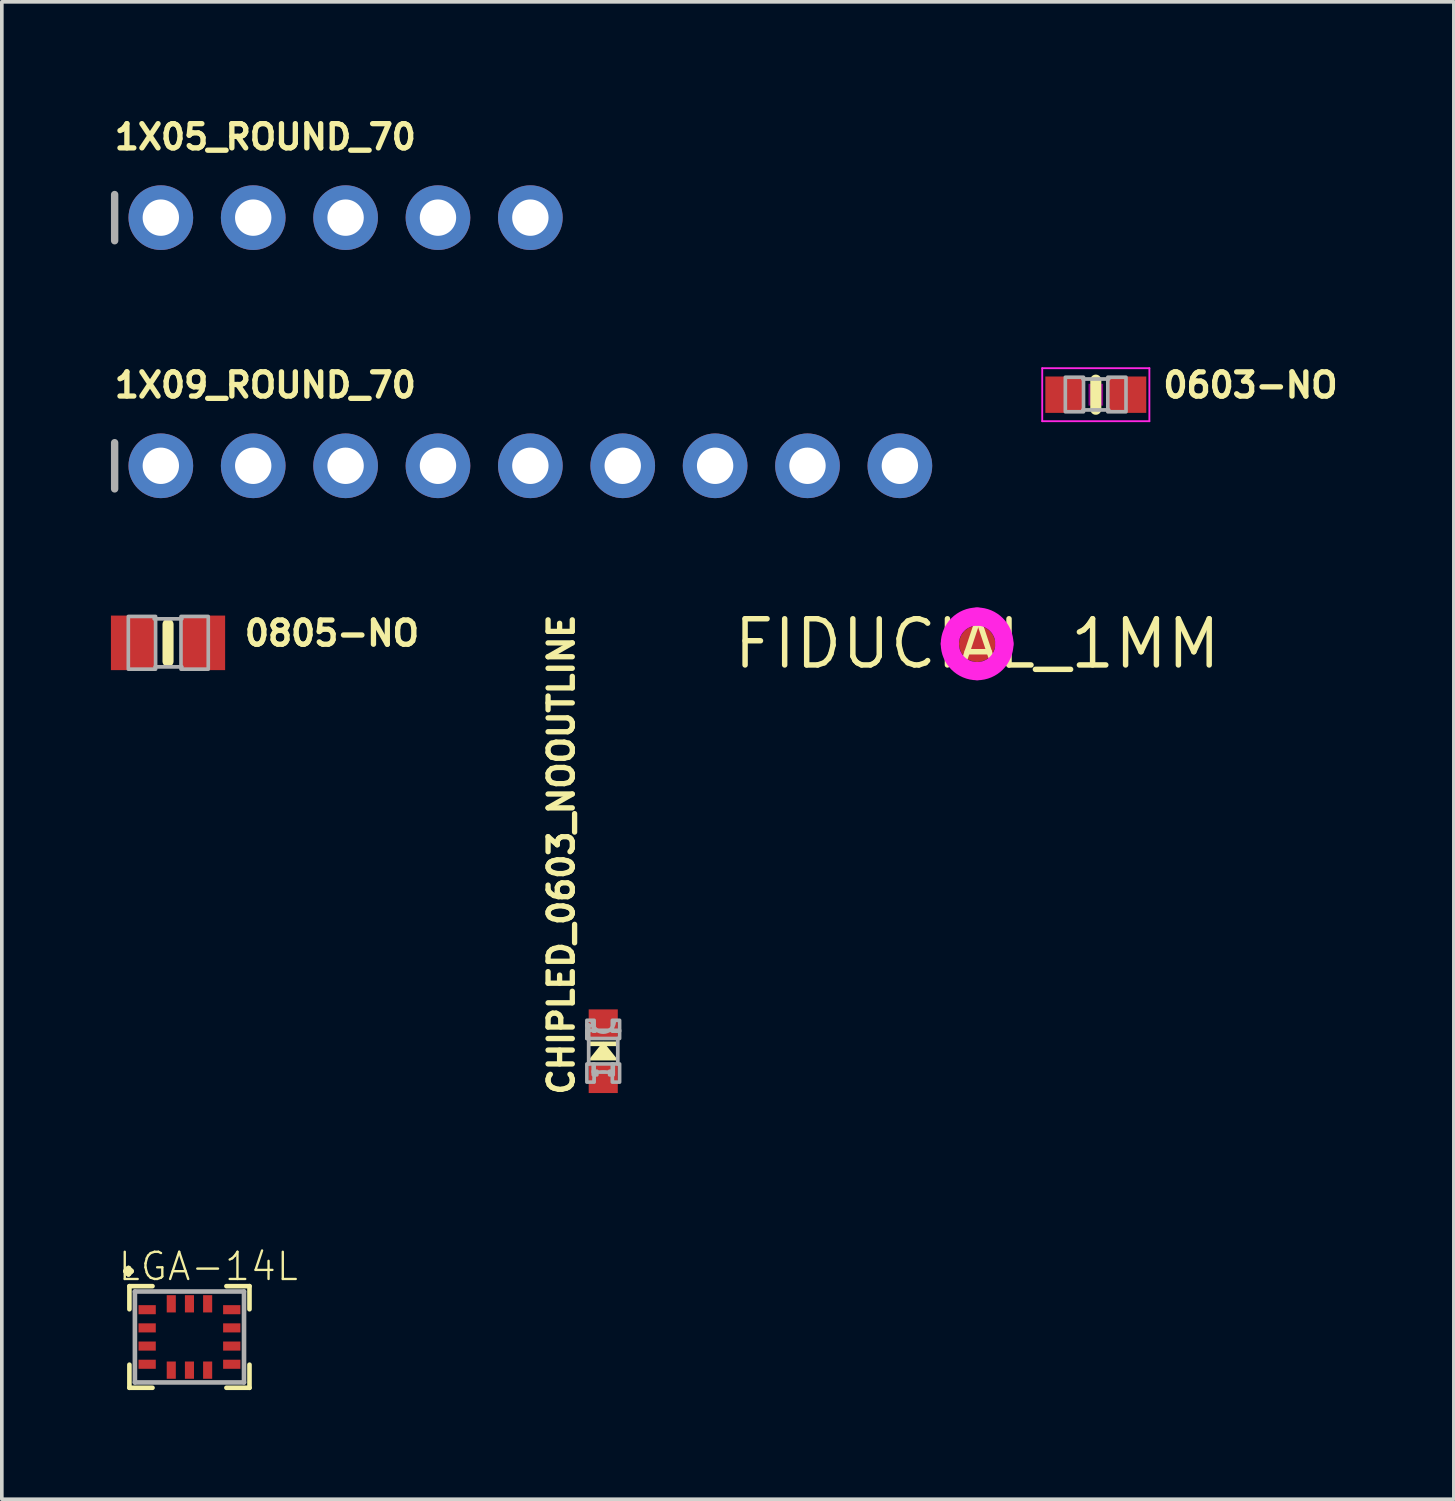
<source format=kicad_pcb>
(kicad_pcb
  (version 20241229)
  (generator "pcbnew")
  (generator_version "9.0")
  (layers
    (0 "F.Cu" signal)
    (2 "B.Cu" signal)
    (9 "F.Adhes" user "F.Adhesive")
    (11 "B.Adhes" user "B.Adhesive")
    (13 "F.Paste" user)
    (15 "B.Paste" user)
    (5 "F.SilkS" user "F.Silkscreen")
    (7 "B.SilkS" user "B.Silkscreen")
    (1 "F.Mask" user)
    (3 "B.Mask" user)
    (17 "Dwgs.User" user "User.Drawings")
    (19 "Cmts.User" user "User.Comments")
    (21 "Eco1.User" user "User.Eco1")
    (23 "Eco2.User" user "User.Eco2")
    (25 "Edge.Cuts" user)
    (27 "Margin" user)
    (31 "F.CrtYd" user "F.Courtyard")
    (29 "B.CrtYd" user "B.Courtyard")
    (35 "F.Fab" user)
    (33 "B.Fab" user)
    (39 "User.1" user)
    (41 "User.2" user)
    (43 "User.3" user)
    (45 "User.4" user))
  (footprint "0603-NO"
    (layer "F.Cu")
    (at 27.079 7.802)
    (property "Reference" "0603-NO" (at 1.778 0.127 0) (layer "F.SilkS") (effects (font (size 0.666 0.666) (thickness 0.146)) (justify left bottom)))
    (fp_line (start 0 -0.4) (end 0 0.4) (stroke (width 0.305) (type solid)) (layer "F.SilkS"))
    (fp_poly (pts (xy -0.2 0.3) (xy 0.2 0.3) (xy 0.2 -0.3) (xy -0.2 -0.3)) (stroke (width 0) (type solid)) (fill yes) (layer "F.Adhes"))
    (fp_line (start -1.473 -0.729) (end 1.473 -0.729) (stroke (width 0.051) (type solid)) (layer "F.CrtYd"))
    (fp_line (start -1.473 0.729) (end -1.473 -0.729) (stroke (width 0.051) (type solid)) (layer "F.CrtYd"))
    (fp_line (start 1.473 -0.729) (end 1.473 0.729) (stroke (width 0.051) (type solid)) (layer "F.CrtYd"))
    (fp_line (start 1.473 0.729) (end -1.473 0.729) (stroke (width 0.051) (type solid)) (layer "F.CrtYd"))
    (fp_line (start -0.356 -0.432) (end 0.356 -0.432) (stroke (width 0.102) (type solid)) (layer "F.Fab"))
    (fp_line (start -0.356 0.419) (end 0.356 0.419) (stroke (width 0.102) (type solid)) (layer "F.Fab"))
    (fp_poly (pts (xy -0.838 0.47) (xy -0.338 0.47) (xy -0.338 -0.48) (xy -0.838 -0.48)) (stroke (width 0.1) (type solid)) (fill no) (layer "F.Fab"))
    (fp_poly (pts (xy 0.33 0.47) (xy 0.83 0.47) (xy 0.83 -0.48) (xy 0.33 -0.48)) (stroke (width 0.1) (type solid)) (fill no) (layer "F.Fab"))
    (pad "1" smd rect (at -0.85 0) (size 1.075 1) (layers "F.Cu" "F.Mask" "F.Paste"))
    (pad "2" smd rect (at 0.85 0) (size 1.075 1) (layers "F.Cu" "F.Mask" "F.Paste")))
  (footprint "LGA-14L"
    (layer "F.Cu")
    (at 2.159 33.71)
    (property "Reference" "LGA-14L" (at -2 -1.5 0) (layer "F.SilkS") (effects (font (size 0.748 0.748) (thickness 0.065)) (justify left bottom)))
    (fp_line (start -1.651 -1.397) (end -1.651 -0.762) (stroke (width 0.127) (type solid)) (layer "F.SilkS"))
    (fp_line (start -1.651 0.762) (end -1.651 1.397) (stroke (width 0.127) (type solid)) (layer "F.SilkS"))
    (fp_line (start -1.651 1.397) (end -1.016 1.397) (stroke (width 0.127) (type solid)) (layer "F.SilkS"))
    (fp_line (start -1.016 -1.397) (end -1.651 -1.397) (stroke (width 0.127) (type solid)) (layer "F.SilkS"))
    (fp_line (start 1.016 -1.397) (end 1.651 -1.397) (stroke (width 0.127) (type solid)) (layer "F.SilkS"))
    (fp_line (start 1.016 1.397) (end 1.651 1.397) (stroke (width 0.127) (type solid)) (layer "F.SilkS"))
    (fp_line (start 1.651 -1.397) (end 1.651 -0.762) (stroke (width 0.127) (type solid)) (layer "F.SilkS"))
    (fp_line (start 1.651 1.397) (end 1.651 0.762) (stroke (width 0.127) (type solid)) (layer "F.SilkS"))
    (fp_line (start -1.5 -1.25) (end 1.5 -1.25) (stroke (width 0.127) (type solid)) (layer "F.Fab"))
    (fp_line (start -1.5 1.25) (end -1.5 -1.25) (stroke (width 0.127) (type solid)) (layer "F.Fab"))
    (fp_line (start 1.5 -1.25) (end 1.5 1.25) (stroke (width 0.127) (type solid)) (layer "F.Fab"))
    (fp_line (start 1.5 1.25) (end -1.5 1.25) (stroke (width 0.127) (type solid)) (layer "F.Fab"))
    (fp_text user "." (at -2.159 -1.524 0) (layer "F.SilkS") (effects (font (size 1.636 1.636) (thickness 0.142)) (justify left bottom)))
    (pad "1" smd rect (at -1.163 -0.75) (size 0.475 0.25) (layers "F.Cu" "F.Mask" "F.Paste"))
    (pad "2" smd rect (at -1.163 -0.25) (size 0.475 0.25) (layers "F.Cu" "F.Mask" "F.Paste"))
    (pad "3" smd rect (at -1.163 0.25) (size 0.475 0.25) (layers "F.Cu" "F.Mask" "F.Paste"))
    (pad "4" smd rect (at -1.163 0.75) (size 0.475 0.25) (layers "F.Cu" "F.Mask" "F.Paste"))
    (pad "5" smd rect (at -0.5 0.912 90) (size 0.475 0.25) (layers "F.Cu" "F.Mask" "F.Paste"))
    (pad "6" smd rect (at 0 0.912 90) (size 0.475 0.25) (layers "F.Cu" "F.Mask" "F.Paste"))
    (pad "7" smd rect (at 0.5 0.912 90) (size 0.475 0.25) (layers "F.Cu" "F.Mask" "F.Paste"))
    (pad "8" smd rect (at 1.163 0.75 180) (size 0.475 0.25) (layers "F.Cu" "F.Mask" "F.Paste"))
    (pad "9" smd rect (at 1.163 0.25 180) (size 0.475 0.25) (layers "F.Cu" "F.Mask" "F.Paste"))
    (pad "10" smd rect (at 1.163 -0.25 180) (size 0.475 0.25) (layers "F.Cu" "F.Mask" "F.Paste"))
    (pad "11" smd rect (at 1.163 -0.75 180) (size 0.475 0.25) (layers "F.Cu" "F.Mask" "F.Paste"))
    (pad "12" smd rect (at 0.5 -0.912 270) (size 0.475 0.25) (layers "F.Cu" "F.Mask" "F.Paste"))
    (pad "13" smd rect (at 0 -0.912 270) (size 0.475 0.25) (layers "F.Cu" "F.Mask" "F.Paste"))
    (pad "14" smd rect (at -0.5 -0.912 270) (size 0.475 0.25) (layers "F.Cu" "F.Mask" "F.Paste")))
  (footprint "1X09_ROUND_70"
    (layer "F.Cu")
    (at 11.532 9.757)
    (property "Reference" "1X09_ROUND_70" (at -11.506 -1.829 0) (layer "F.SilkS") (effects (font (size 0.666 0.666) (thickness 0.146)) (justify left bottom)))
    (fp_line (start -11.43 -0.635) (end -11.43 0.635) (stroke (width 0.203) (type solid)) (layer "F.Fab"))
    (fp_poly (pts (xy -10.414 0.254) (xy -9.906 0.254) (xy -9.906 -0.254) (xy -10.414 -0.254)) (stroke (width 0.1) (type solid)) (fill no) (layer "F.Fab"))
    (fp_poly (pts (xy -7.874 0.254) (xy -7.366 0.254) (xy -7.366 -0.254) (xy -7.874 -0.254)) (stroke (width 0.1) (type solid)) (fill no) (layer "F.Fab"))
    (fp_poly (pts (xy -5.334 0.254) (xy -4.826 0.254) (xy -4.826 -0.254) (xy -5.334 -0.254)) (stroke (width 0.1) (type solid)) (fill no) (layer "F.Fab"))
    (fp_poly (pts (xy -2.794 0.254) (xy -2.286 0.254) (xy -2.286 -0.254) (xy -2.794 -0.254)) (stroke (width 0.1) (type solid)) (fill no) (layer "F.Fab"))
    (fp_poly (pts (xy -0.254 0.254) (xy 0.254 0.254) (xy 0.254 -0.254) (xy -0.254 -0.254)) (stroke (width 0.1) (type solid)) (fill no) (layer "F.Fab"))
    (fp_poly (pts (xy 2.286 0.254) (xy 2.794 0.254) (xy 2.794 -0.254) (xy 2.286 -0.254)) (stroke (width 0.1) (type solid)) (fill no) (layer "F.Fab"))
    (fp_poly (pts (xy 4.826 0.254) (xy 5.334 0.254) (xy 5.334 -0.254) (xy 4.826 -0.254)) (stroke (width 0.1) (type solid)) (fill no) (layer "F.Fab"))
    (fp_poly (pts (xy 7.366 0.254) (xy 7.874 0.254) (xy 7.874 -0.254) (xy 7.366 -0.254)) (stroke (width 0.1) (type solid)) (fill no) (layer "F.Fab"))
    (fp_poly (pts (xy 9.906 0.254) (xy 10.414 0.254) (xy 10.414 -0.254) (xy 9.906 -0.254)) (stroke (width 0.1) (type solid)) (fill no) (layer "F.Fab"))
    (pad "1" thru_hole circle (at -10.16 0 90) (size 1.778 1.778) (drill 1) (layers "*.Cu" "*.Mask"))
    (pad "2" thru_hole circle (at -7.62 0 90) (size 1.778 1.778) (drill 1) (layers "*.Cu" "*.Mask"))
    (pad "3" thru_hole circle (at -5.08 0 90) (size 1.778 1.778) (drill 1) (layers "*.Cu" "*.Mask"))
    (pad "4" thru_hole circle (at -2.54 0 90) (size 1.778 1.778) (drill 1) (layers "*.Cu" "*.Mask"))
    (pad "5" thru_hole circle (at 0 0 90) (size 1.778 1.778) (drill 1) (layers "*.Cu" "*.Mask"))
    (pad "6" thru_hole circle (at 2.54 0 90) (size 1.778 1.778) (drill 1) (layers "*.Cu" "*.Mask"))
    (pad "7" thru_hole circle (at 5.08 0 90) (size 1.778 1.778) (drill 1) (layers "*.Cu" "*.Mask"))
    (pad "8" thru_hole circle (at 7.62 0 90) (size 1.778 1.778) (drill 1) (layers "*.Cu" "*.Mask"))
    (pad "9" thru_hole circle (at 10.16 0 90) (size 1.778 1.778) (drill 1) (layers "*.Cu" "*.Mask")))
  (footprint "CHIPLED_0603_NOOUTLINE"
    (layer "F.Cu")
    (at 13.536 25.853)
    (property "Reference" "CHIPLED_0603_NOOUTLINE" (at -0.762 1.27 90) (layer "F.SilkS") (effects (font (size 0.666 0.666) (thickness 0.146)) (justify left bottom)))
    (fp_poly (pts (xy 0.413 0.254) (xy -0.413 0.254) (xy 0 -0.262)) (stroke (width 0) (type solid)) (fill yes) (layer "F.SilkS"))
    (fp_poly (pts (xy -0.381 -0.14) (xy 0.381 -0.14) (xy 0.381 -0.267) (xy -0.381 -0.267)) (stroke (width 0) (type solid)) (fill yes) (layer "F.SilkS"))
    (fp_line (start -0.4 -0.375) (end -0.4 0.35) (stroke (width 0.102) (type solid)) (layer "F.Fab"))
    (fp_line (start 0.4 -0.35) (end 0.4 0.35) (stroke (width 0.102) (type solid)) (layer "F.Fab"))
    (fp_arc (start -0.275 0.825) (mid 0 0.55) (end 0.275 0.825) (stroke (width 0.0508) (type solid)) (layer "F.Fab"))
    (fp_arc (start 0.3 -0.799998) (mid -0.000001 -0.524966) (end -0.3 -0.8) (stroke (width 0.1016) (type solid)) (layer "F.Fab"))
    (fp_circle (center -0.35 -0.625) (end -0.275 -0.625) (stroke (width 0.051) (type solid)) (fill no) (layer "F.Fab"))
    (fp_poly (pts (xy -0.45 -0.7) (xy -0.25 -0.7) (xy -0.25 -0.85) (xy -0.45 -0.85)) (stroke (width 0.1) (type solid)) (fill no) (layer "F.Fab"))
    (fp_poly (pts (xy -0.45 -0.35) (xy -0.4 -0.35) (xy -0.4 -0.725) (xy -0.45 -0.725)) (stroke (width 0.1) (type solid)) (fill no) (layer "F.Fab"))
    (fp_poly (pts (xy -0.45 -0.35) (xy 0.45 -0.35) (xy 0.45 -0.575) (xy -0.45 -0.575)) (stroke (width 0.1) (type solid)) (fill no) (layer "F.Fab"))
    (fp_poly (pts (xy -0.45 0.85) (xy -0.25 0.85) (xy -0.25 0.35) (xy -0.45 0.35)) (stroke (width 0.1) (type solid)) (fill no) (layer "F.Fab"))
    (fp_poly (pts (xy -0.275 -0.55) (xy -0.225 -0.55) (xy -0.225 -0.6) (xy -0.275 -0.6)) (stroke (width 0.1) (type solid)) (fill no) (layer "F.Fab"))
    (fp_poly (pts (xy -0.275 0.575) (xy 0.275 0.575) (xy 0.275 0.35) (xy -0.275 0.35)) (stroke (width 0.1) (type solid)) (fill no) (layer "F.Fab"))
    (fp_poly (pts (xy -0.275 0.65) (xy -0.175 0.65) (xy -0.175 0.55) (xy -0.275 0.55)) (stroke (width 0.1) (type solid)) (fill no) (layer "F.Fab"))
    (fp_poly (pts (xy 0.175 0.65) (xy 0.275 0.65) (xy 0.275 0.55) (xy 0.175 0.55)) (stroke (width 0.1) (type solid)) (fill no) (layer "F.Fab"))
    (fp_poly (pts (xy 0.25 -0.55) (xy 0.45 -0.55) (xy 0.45 -0.85) (xy 0.25 -0.85)) (stroke (width 0.1) (type solid)) (fill no) (layer "F.Fab"))
    (fp_poly (pts (xy 0.25 0.85) (xy 0.45 0.85) (xy 0.45 0.35) (xy 0.25 0.35)) (stroke (width 0.1) (type solid)) (fill no) (layer "F.Fab"))
    (pad "A" smd rect (at 0 0.75) (size 0.8 0.8) (layers "F.Cu" "F.Mask" "F.Paste"))
    (pad "C" smd rect (at 0 -0.75) (size 0.8 0.8) (layers "F.Cu" "F.Mask" "F.Paste")))
  (footprint "1X05_ROUND_70"
    (layer "F.Cu")
    (at 6.452 2.934)
    (property "Reference" "1X05_ROUND_70" (at -6.426 -1.829 0) (layer "F.SilkS") (effects (font (size 0.666 0.666) (thickness 0.146)) (justify left bottom)))
    (fp_line (start -6.35 -0.635) (end -6.35 0.635) (stroke (width 0.203) (type solid)) (layer "F.Fab"))
    (fp_poly (pts (xy -5.334 0.254) (xy -4.826 0.254) (xy -4.826 -0.254) (xy -5.334 -0.254)) (stroke (width 0.1) (type solid)) (fill no) (layer "F.Fab"))
    (fp_poly (pts (xy -2.794 0.254) (xy -2.286 0.254) (xy -2.286 -0.254) (xy -2.794 -0.254)) (stroke (width 0.1) (type solid)) (fill no) (layer "F.Fab"))
    (fp_poly (pts (xy -0.254 0.254) (xy 0.254 0.254) (xy 0.254 -0.254) (xy -0.254 -0.254)) (stroke (width 0.1) (type solid)) (fill no) (layer "F.Fab"))
    (fp_poly (pts (xy 2.286 0.254) (xy 2.794 0.254) (xy 2.794 -0.254) (xy 2.286 -0.254)) (stroke (width 0.1) (type solid)) (fill no) (layer "F.Fab"))
    (fp_poly (pts (xy 4.826 0.254) (xy 5.334 0.254) (xy 5.334 -0.254) (xy 4.826 -0.254)) (stroke (width 0.1) (type solid)) (fill no) (layer "F.Fab"))
    (pad "1" thru_hole circle (at -5.08 0 90) (size 1.778 1.778) (drill 1) (layers "*.Cu" "*.Mask"))
    (pad "2" thru_hole circle (at -2.54 0 90) (size 1.778 1.778) (drill 1) (layers "*.Cu" "*.Mask"))
    (pad "3" thru_hole circle (at 0 0 90) (size 1.778 1.778) (drill 1) (layers "*.Cu" "*.Mask"))
    (pad "4" thru_hole circle (at 2.54 0 90) (size 1.778 1.778) (drill 1) (layers "*.Cu" "*.Mask"))
    (pad "5" thru_hole circle (at 5.08 0 90) (size 1.778 1.778) (drill 1) (layers "*.Cu" "*.Mask")))
  (footprint "0805-NO"
    (layer "F.Cu")
    (at 1.57 14.625)
    (property "Reference" "0805-NO" (at 2.032 0.127 0) (layer "F.SilkS") (effects (font (size 0.666 0.666) (thickness 0.146)) (justify left bottom)))
    (fp_line (start 0 -0.508) (end 0 0.508) (stroke (width 0.305) (type solid)) (layer "F.SilkS"))
    (fp_line (start -0.381 -0.66) (end 0.381 -0.66) (stroke (width 0.102) (type solid)) (layer "F.Fab"))
    (fp_line (start -0.356 0.66) (end 0.381 0.66) (stroke (width 0.102) (type solid)) (layer "F.Fab"))
    (fp_poly (pts (xy -1.092 0.724) (xy -0.342 0.724) (xy -0.342 -0.726) (xy -1.092 -0.726)) (stroke (width 0.1) (type solid)) (fill no) (layer "F.Fab"))
    (fp_poly (pts (xy 0.356 0.724) (xy 1.106 0.724) (xy 1.106 -0.726) (xy 0.356 -0.726)) (stroke (width 0.1) (type solid)) (fill no) (layer "F.Fab"))
    (pad "1" smd rect (at -0.95 0) (size 1.24 1.5) (layers "F.Cu" "F.Mask" "F.Paste"))
    (pad "2" smd rect (at 0.95 0) (size 1.24 1.5) (layers "F.Cu" "F.Mask" "F.Paste")))
  (footprint "FIDUCIAL_1MM"
    (layer "F.Cu")
    (at 23.816 14.653)
    (property "Reference" "FIDUCIAL_1MM" (at 0 0 0) (layer "F.SilkS") (effects (font (size 1.27 1.27) (thickness 0.15))))
    (fp_arc (start -0.75 0) (mid -0.53033 -0.53033) (end 0 -0.75) (stroke (width 0.5) (type solid)) (layer "F.Mask"))
    (fp_arc (start 0 -0.75) (mid 0.53033 -0.53033) (end 0.75 0) (stroke (width 0.5) (type solid)) (layer "F.Mask"))
    (fp_arc (start 0 0.75) (mid -0.53033 0.53033) (end -0.75 0) (stroke (width 0.5) (type solid)) (layer "F.Mask"))
    (fp_arc (start 0.75 0) (mid 0.53033 0.53033) (end 0 0.75) (stroke (width 0.5) (type solid)) (layer "F.Mask"))
    (fp_arc (start -0.75 0) (mid -0.53033 -0.53033) (end 0 -0.75) (stroke (width 0.5) (type solid)) (layer "F.CrtYd"))
    (fp_arc (start 0 -0.75) (mid 0.53033 -0.53033) (end 0.75 0) (stroke (width 0.5) (type solid)) (layer "F.CrtYd"))
    (fp_arc (start 0 0.75) (mid -0.53033 0.53033) (end -0.75 0) (stroke (width 0.5) (type solid)) (layer "F.CrtYd"))
    (fp_arc (start 0.75 0) (mid 0.53033 0.53033) (end 0 0.75) (stroke (width 0.5) (type solid)) (layer "F.CrtYd"))
    (pad "1" smd roundrect (at 0 0) (size 1 1) (layers "F.Cu" "F.Mask") (roundrect_rratio 0.5)))
  (gr_rect
    (start -3 -3)
    (end 36.923 38.17)
    (stroke (width 0.1) (type default))
    (fill no)
    (layer "Edge.Cuts")))
</source>
